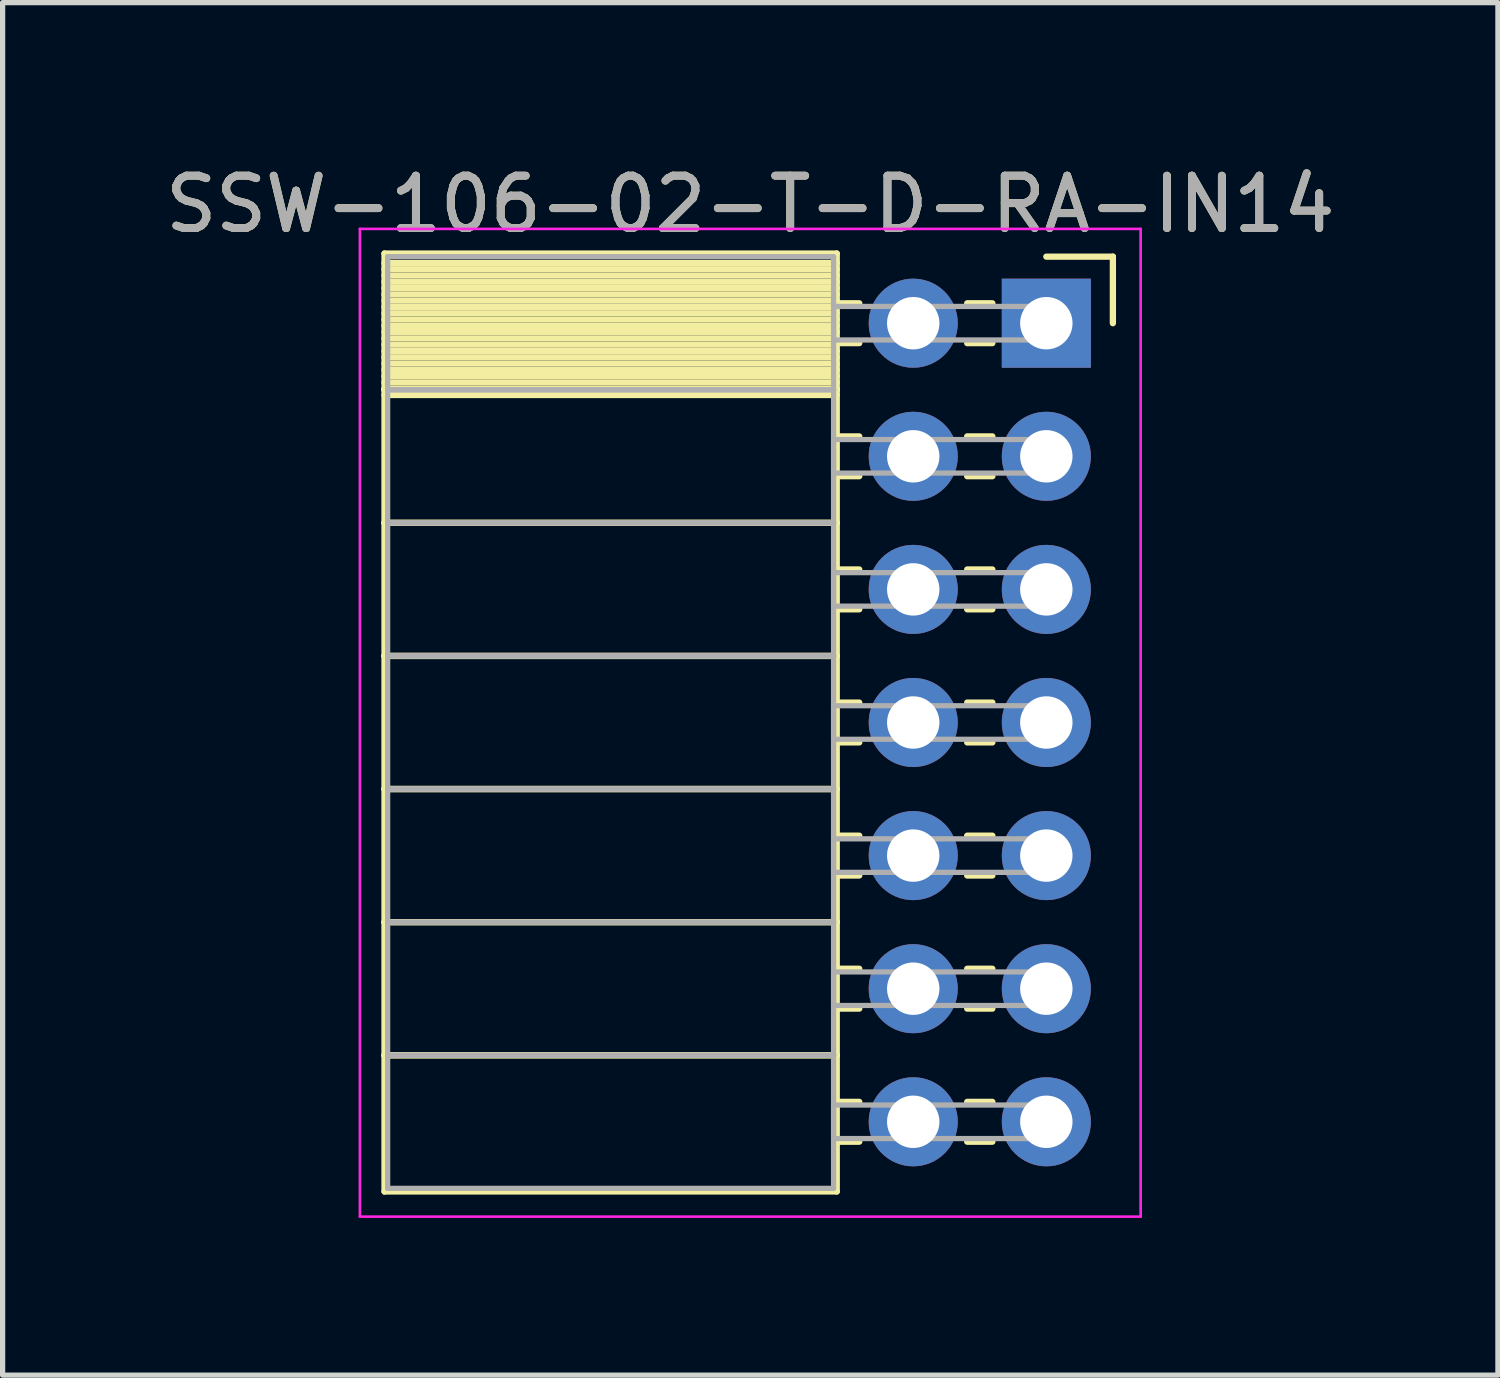
<source format=kicad_pcb>
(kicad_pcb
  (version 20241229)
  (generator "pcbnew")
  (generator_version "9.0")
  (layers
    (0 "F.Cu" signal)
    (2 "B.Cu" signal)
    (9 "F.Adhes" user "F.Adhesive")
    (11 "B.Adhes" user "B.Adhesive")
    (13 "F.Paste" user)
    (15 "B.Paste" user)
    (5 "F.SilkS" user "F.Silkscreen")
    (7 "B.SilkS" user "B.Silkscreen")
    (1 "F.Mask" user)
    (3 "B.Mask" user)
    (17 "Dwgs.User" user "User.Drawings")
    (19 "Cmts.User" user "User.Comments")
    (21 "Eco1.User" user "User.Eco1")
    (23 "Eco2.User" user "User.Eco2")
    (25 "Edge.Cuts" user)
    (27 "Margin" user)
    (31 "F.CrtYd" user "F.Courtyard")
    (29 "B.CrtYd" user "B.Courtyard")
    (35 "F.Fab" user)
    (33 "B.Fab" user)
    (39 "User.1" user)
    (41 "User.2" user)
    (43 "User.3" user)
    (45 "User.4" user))
  (footprint "SSW-106-02-T-D-RA-IN14"
    (layer "F.Cu")
    (at 16.918 3.118)
    (property "Reference" "SSW-106-02-T-D-RA-IN14" (at -5.65 -2.27 0) (layer "F.SilkS") (effects (font (size 1 1) (thickness 0.15))))
    (attr through_hole)
    (fp_line (start -12.63 -1.33) (end -4 -1.33) (stroke (width 0.12) (type solid)) (layer "F.SilkS"))
    (fp_line (start -12.63 1.27) (end -12.63 -1.33) (stroke (width 0.12) (type solid)) (layer "F.SilkS"))
    (fp_line (start -12.63 1.27) (end -4 1.27) (stroke (width 0.12) (type solid)) (layer "F.SilkS"))
    (fp_line (start -12.63 3.81) (end -12.63 1.27) (stroke (width 0.12) (type solid)) (layer "F.SilkS"))
    (fp_line (start -12.63 3.81) (end -4 3.81) (stroke (width 0.12) (type solid)) (layer "F.SilkS"))
    (fp_line (start -12.63 6.35) (end -12.63 3.81) (stroke (width 0.12) (type solid)) (layer "F.SilkS"))
    (fp_line (start -12.63 6.35) (end -4 6.35) (stroke (width 0.12) (type solid)) (layer "F.SilkS"))
    (fp_line (start -12.63 8.89) (end -12.63 6.35) (stroke (width 0.12) (type solid)) (layer "F.SilkS"))
    (fp_line (start -12.63 8.89) (end -4 8.89) (stroke (width 0.12) (type solid)) (layer "F.SilkS"))
    (fp_line (start -12.63 11.43) (end -12.63 8.89) (stroke (width 0.12) (type solid)) (layer "F.SilkS"))
    (fp_line (start -12.63 11.43) (end -4 11.43) (stroke (width 0.12) (type solid)) (layer "F.SilkS"))
    (fp_line (start -12.63 13.97) (end -12.63 11.43) (stroke (width 0.12) (type solid)) (layer "F.SilkS"))
    (fp_line (start -12.63 13.97) (end -4 13.97) (stroke (width 0.12) (type solid)) (layer "F.SilkS"))
    (fp_line (start -12.63 16.57) (end -12.63 13.97) (stroke (width 0.12) (type solid)) (layer "F.SilkS"))
    (fp_line (start -4 -1.33) (end -4 1.27) (stroke (width 0.12) (type solid)) (layer "F.SilkS"))
    (fp_line (start -4 -1.15) (end -12.63 -1.15) (stroke (width 0.12) (type solid)) (layer "F.SilkS"))
    (fp_line (start -4 -1.03) (end -12.63 -1.03) (stroke (width 0.12) (type solid)) (layer "F.SilkS"))
    (fp_line (start -4 -0.91) (end -12.63 -0.91) (stroke (width 0.12) (type solid)) (layer "F.SilkS"))
    (fp_line (start -4 -0.79) (end -12.63 -0.79) (stroke (width 0.12) (type solid)) (layer "F.SilkS"))
    (fp_line (start -4 -0.67) (end -12.63 -0.67) (stroke (width 0.12) (type solid)) (layer "F.SilkS"))
    (fp_line (start -4 -0.55) (end -12.63 -0.55) (stroke (width 0.12) (type solid)) (layer "F.SilkS"))
    (fp_line (start -4 -0.43) (end -12.63 -0.43) (stroke (width 0.12) (type solid)) (layer "F.SilkS"))
    (fp_line (start -4 -0.31) (end -12.63 -0.31) (stroke (width 0.12) (type solid)) (layer "F.SilkS"))
    (fp_line (start -4 -0.19) (end -12.63 -0.19) (stroke (width 0.12) (type solid)) (layer "F.SilkS"))
    (fp_line (start -4 -0.07) (end -12.63 -0.07) (stroke (width 0.12) (type solid)) (layer "F.SilkS"))
    (fp_line (start -4 0.05) (end -12.63 0.05) (stroke (width 0.12) (type solid)) (layer "F.SilkS"))
    (fp_line (start -4 0.17) (end -12.63 0.17) (stroke (width 0.12) (type solid)) (layer "F.SilkS"))
    (fp_line (start -4 0.29) (end -12.63 0.29) (stroke (width 0.12) (type solid)) (layer "F.SilkS"))
    (fp_line (start -4 0.41) (end -12.63 0.41) (stroke (width 0.12) (type solid)) (layer "F.SilkS"))
    (fp_line (start -4 0.53) (end -12.63 0.53) (stroke (width 0.12) (type solid)) (layer "F.SilkS"))
    (fp_line (start -4 0.65) (end -12.63 0.65) (stroke (width 0.12) (type solid)) (layer "F.SilkS"))
    (fp_line (start -4 0.77) (end -12.63 0.77) (stroke (width 0.12) (type solid)) (layer "F.SilkS"))
    (fp_line (start -4 0.89) (end -12.63 0.89) (stroke (width 0.12) (type solid)) (layer "F.SilkS"))
    (fp_line (start -4 1.01) (end -12.63 1.01) (stroke (width 0.12) (type solid)) (layer "F.SilkS"))
    (fp_line (start -4 1.13) (end -12.63 1.13) (stroke (width 0.12) (type solid)) (layer "F.SilkS"))
    (fp_line (start -4 1.25) (end -12.63 1.25) (stroke (width 0.12) (type solid)) (layer "F.SilkS"))
    (fp_line (start -4 1.27) (end -12.63 1.27) (stroke (width 0.12) (type solid)) (layer "F.SilkS"))
    (fp_line (start -4 1.27) (end -4 3.81) (stroke (width 0.12) (type solid)) (layer "F.SilkS"))
    (fp_line (start -4 1.37) (end -12.63 1.37) (stroke (width 0.12) (type solid)) (layer "F.SilkS"))
    (fp_line (start -4 3.81) (end -12.63 3.81) (stroke (width 0.12) (type solid)) (layer "F.SilkS"))
    (fp_line (start -4 3.81) (end -4 6.35) (stroke (width 0.12) (type solid)) (layer "F.SilkS"))
    (fp_line (start -4 6.35) (end -12.63 6.35) (stroke (width 0.12) (type solid)) (layer "F.SilkS"))
    (fp_line (start -4 6.35) (end -4 8.89) (stroke (width 0.12) (type solid)) (layer "F.SilkS"))
    (fp_line (start -4 8.89) (end -12.63 8.89) (stroke (width 0.12) (type solid)) (layer "F.SilkS"))
    (fp_line (start -4 8.89) (end -4 11.43) (stroke (width 0.12) (type solid)) (layer "F.SilkS"))
    (fp_line (start -4 11.43) (end -12.63 11.43) (stroke (width 0.12) (type solid)) (layer "F.SilkS"))
    (fp_line (start -4 11.43) (end -4 13.97) (stroke (width 0.12) (type solid)) (layer "F.SilkS"))
    (fp_line (start -4 13.97) (end -12.63 13.97) (stroke (width 0.12) (type solid)) (layer "F.SilkS"))
    (fp_line (start -4 13.97) (end -4 16.57) (stroke (width 0.12) (type solid)) (layer "F.SilkS"))
    (fp_line (start -4 16.57) (end -12.63 16.57) (stroke (width 0.12) (type solid)) (layer "F.SilkS"))
    (fp_line (start -3.57 -0.38) (end -4 -0.38) (stroke (width 0.12) (type solid)) (layer "F.SilkS"))
    (fp_line (start -3.57 0.38) (end -4 0.38) (stroke (width 0.12) (type solid)) (layer "F.SilkS"))
    (fp_line (start -3.57 2.16) (end -4 2.16) (stroke (width 0.12) (type solid)) (layer "F.SilkS"))
    (fp_line (start -3.57 2.92) (end -4 2.92) (stroke (width 0.12) (type solid)) (layer "F.SilkS"))
    (fp_line (start -3.57 4.7) (end -4 4.7) (stroke (width 0.12) (type solid)) (layer "F.SilkS"))
    (fp_line (start -3.57 5.46) (end -4 5.46) (stroke (width 0.12) (type solid)) (layer "F.SilkS"))
    (fp_line (start -3.57 7.24) (end -4 7.24) (stroke (width 0.12) (type solid)) (layer "F.SilkS"))
    (fp_line (start -3.57 8) (end -4 8) (stroke (width 0.12) (type solid)) (layer "F.SilkS"))
    (fp_line (start -3.57 9.78) (end -4 9.78) (stroke (width 0.12) (type solid)) (layer "F.SilkS"))
    (fp_line (start -3.57 10.54) (end -4 10.54) (stroke (width 0.12) (type solid)) (layer "F.SilkS"))
    (fp_line (start -3.57 12.32) (end -4 12.32) (stroke (width 0.12) (type solid)) (layer "F.SilkS"))
    (fp_line (start -3.57 13.08) (end -4 13.08) (stroke (width 0.12) (type solid)) (layer "F.SilkS"))
    (fp_line (start -3.57 14.86) (end -4 14.86) (stroke (width 0.12) (type solid)) (layer "F.SilkS"))
    (fp_line (start -3.57 15.62) (end -4 15.62) (stroke (width 0.12) (type solid)) (layer "F.SilkS"))
    (fp_line (start -1.03 -0.38) (end -1.51 -0.38) (stroke (width 0.12) (type solid)) (layer "F.SilkS"))
    (fp_line (start -1.03 0.38) (end -1.51 0.38) (stroke (width 0.12) (type solid)) (layer "F.SilkS"))
    (fp_line (start -1.03 2.16) (end -1.51 2.16) (stroke (width 0.12) (type solid)) (layer "F.SilkS"))
    (fp_line (start -1.03 2.92) (end -1.51 2.92) (stroke (width 0.12) (type solid)) (layer "F.SilkS"))
    (fp_line (start -1.03 4.7) (end -1.51 4.7) (stroke (width 0.12) (type solid)) (layer "F.SilkS"))
    (fp_line (start -1.03 5.46) (end -1.51 5.46) (stroke (width 0.12) (type solid)) (layer "F.SilkS"))
    (fp_line (start -1.03 7.24) (end -1.51 7.24) (stroke (width 0.12) (type solid)) (layer "F.SilkS"))
    (fp_line (start -1.03 8) (end -1.51 8) (stroke (width 0.12) (type solid)) (layer "F.SilkS"))
    (fp_line (start -1.03 9.78) (end -1.51 9.78) (stroke (width 0.12) (type solid)) (layer "F.SilkS"))
    (fp_line (start -1.03 10.54) (end -1.51 10.54) (stroke (width 0.12) (type solid)) (layer "F.SilkS"))
    (fp_line (start -1.03 12.32) (end -1.51 12.32) (stroke (width 0.12) (type solid)) (layer "F.SilkS"))
    (fp_line (start -1.03 13.08) (end -1.51 13.08) (stroke (width 0.12) (type solid)) (layer "F.SilkS"))
    (fp_line (start -1.03 14.86) (end -1.51 14.86) (stroke (width 0.12) (type solid)) (layer "F.SilkS"))
    (fp_line (start -1.03 15.62) (end -1.51 15.62) (stroke (width 0.12) (type solid)) (layer "F.SilkS"))
    (fp_line (start 0 -1.27) (end 1.27 -1.27) (stroke (width 0.12) (type solid)) (layer "F.SilkS"))
    (fp_line (start 1.27 -1.27) (end 1.27 0) (stroke (width 0.12) (type solid)) (layer "F.SilkS"))
    (fp_line (start -13.1 -1.8) (end 1.8 -1.8) (stroke (width 0.05) (type solid)) (layer "F.CrtYd"))
    (fp_line (start -13.1 17.05) (end -13.1 -1.8) (stroke (width 0.05) (type solid)) (layer "F.CrtYd"))
    (fp_line (start 1.8 -1.8) (end 1.8 17.05) (stroke (width 0.05) (type solid)) (layer "F.CrtYd"))
    (fp_line (start 1.8 17.05) (end -13.1 17.05) (stroke (width 0.05) (type solid)) (layer "F.CrtYd"))
    (fp_line (start -12.57 -1.27) (end -4.06 -1.27) (stroke (width 0.1) (type solid)) (layer "F.Fab"))
    (fp_line (start -12.57 1.27) (end -12.57 -1.27) (stroke (width 0.1) (type solid)) (layer "F.Fab"))
    (fp_line (start -12.57 1.27) (end -4.06 1.27) (stroke (width 0.1) (type solid)) (layer "F.Fab"))
    (fp_line (start -12.57 3.81) (end -12.57 1.27) (stroke (width 0.1) (type solid)) (layer "F.Fab"))
    (fp_line (start -12.57 3.81) (end -4.06 3.81) (stroke (width 0.1) (type solid)) (layer "F.Fab"))
    (fp_line (start -12.57 6.35) (end -12.57 3.81) (stroke (width 0.1) (type solid)) (layer "F.Fab"))
    (fp_line (start -12.57 6.35) (end -4.06 6.35) (stroke (width 0.1) (type solid)) (layer "F.Fab"))
    (fp_line (start -12.57 8.89) (end -12.57 6.35) (stroke (width 0.1) (type solid)) (layer "F.Fab"))
    (fp_line (start -12.57 8.89) (end -4.06 8.89) (stroke (width 0.1) (type solid)) (layer "F.Fab"))
    (fp_line (start -12.57 11.43) (end -12.57 8.89) (stroke (width 0.1) (type solid)) (layer "F.Fab"))
    (fp_line (start -12.57 11.43) (end -4.06 11.43) (stroke (width 0.1) (type solid)) (layer "F.Fab"))
    (fp_line (start -12.57 13.97) (end -12.57 11.43) (stroke (width 0.1) (type solid)) (layer "F.Fab"))
    (fp_line (start -12.57 13.97) (end -4.06 13.97) (stroke (width 0.1) (type solid)) (layer "F.Fab"))
    (fp_line (start -12.57 16.51) (end -12.57 13.97) (stroke (width 0.1) (type solid)) (layer "F.Fab"))
    (fp_line (start -4.06 -1.27) (end -4.06 1.27) (stroke (width 0.1) (type solid)) (layer "F.Fab"))
    (fp_line (start -4.06 -0.32) (end 0 -0.32) (stroke (width 0.1) (type solid)) (layer "F.Fab"))
    (fp_line (start -4.06 0.32) (end -4.06 -0.32) (stroke (width 0.1) (type solid)) (layer "F.Fab"))
    (fp_line (start -4.06 1.27) (end -12.57 1.27) (stroke (width 0.1) (type solid)) (layer "F.Fab"))
    (fp_line (start -4.06 1.27) (end -4.06 3.81) (stroke (width 0.1) (type solid)) (layer "F.Fab"))
    (fp_line (start -4.06 2.22) (end 0 2.22) (stroke (width 0.1) (type solid)) (layer "F.Fab"))
    (fp_line (start -4.06 2.86) (end -4.06 2.22) (stroke (width 0.1) (type solid)) (layer "F.Fab"))
    (fp_line (start -4.06 3.81) (end -12.57 3.81) (stroke (width 0.1) (type solid)) (layer "F.Fab"))
    (fp_line (start -4.06 3.81) (end -4.06 6.35) (stroke (width 0.1) (type solid)) (layer "F.Fab"))
    (fp_line (start -4.06 4.76) (end 0 4.76) (stroke (width 0.1) (type solid)) (layer "F.Fab"))
    (fp_line (start -4.06 5.4) (end -4.06 4.76) (stroke (width 0.1) (type solid)) (layer "F.Fab"))
    (fp_line (start -4.06 6.35) (end -12.57 6.35) (stroke (width 0.1) (type solid)) (layer "F.Fab"))
    (fp_line (start -4.06 6.35) (end -4.06 8.89) (stroke (width 0.1) (type solid)) (layer "F.Fab"))
    (fp_line (start -4.06 7.3) (end 0 7.3) (stroke (width 0.1) (type solid)) (layer "F.Fab"))
    (fp_line (start -4.06 7.94) (end -4.06 7.3) (stroke (width 0.1) (type solid)) (layer "F.Fab"))
    (fp_line (start -4.06 8.89) (end -12.57 8.89) (stroke (width 0.1) (type solid)) (layer "F.Fab"))
    (fp_line (start -4.06 8.89) (end -4.06 11.43) (stroke (width 0.1) (type solid)) (layer "F.Fab"))
    (fp_line (start -4.06 9.84) (end 0 9.84) (stroke (width 0.1) (type solid)) (layer "F.Fab"))
    (fp_line (start -4.06 10.48) (end -4.06 9.84) (stroke (width 0.1) (type solid)) (layer "F.Fab"))
    (fp_line (start -4.06 11.43) (end -12.57 11.43) (stroke (width 0.1) (type solid)) (layer "F.Fab"))
    (fp_line (start -4.06 11.43) (end -4.06 13.97) (stroke (width 0.1) (type solid)) (layer "F.Fab"))
    (fp_line (start -4.06 12.38) (end 0 12.38) (stroke (width 0.1) (type solid)) (layer "F.Fab"))
    (fp_line (start -4.06 13.02) (end -4.06 12.38) (stroke (width 0.1) (type solid)) (layer "F.Fab"))
    (fp_line (start -4.06 13.97) (end -12.57 13.97) (stroke (width 0.1) (type solid)) (layer "F.Fab"))
    (fp_line (start -4.06 13.97) (end -4.06 16.51) (stroke (width 0.1) (type solid)) (layer "F.Fab"))
    (fp_line (start -4.06 14.92) (end 0 14.92) (stroke (width 0.1) (type solid)) (layer "F.Fab"))
    (fp_line (start -4.06 15.56) (end -4.06 14.92) (stroke (width 0.1) (type solid)) (layer "F.Fab"))
    (fp_line (start -4.06 16.51) (end -12.57 16.51) (stroke (width 0.1) (type solid)) (layer "F.Fab"))
    (fp_line (start 0 -0.32) (end 0 0.32) (stroke (width 0.1) (type solid)) (layer "F.Fab"))
    (fp_line (start 0 0.32) (end -4.06 0.32) (stroke (width 0.1) (type solid)) (layer "F.Fab"))
    (fp_line (start 0 2.22) (end 0 2.86) (stroke (width 0.1) (type solid)) (layer "F.Fab"))
    (fp_line (start 0 2.86) (end -4.06 2.86) (stroke (width 0.1) (type solid)) (layer "F.Fab"))
    (fp_line (start 0 4.76) (end 0 5.4) (stroke (width 0.1) (type solid)) (layer "F.Fab"))
    (fp_line (start 0 5.4) (end -4.06 5.4) (stroke (width 0.1) (type solid)) (layer "F.Fab"))
    (fp_line (start 0 7.3) (end 0 7.94) (stroke (width 0.1) (type solid)) (layer "F.Fab"))
    (fp_line (start 0 7.94) (end -4.06 7.94) (stroke (width 0.1) (type solid)) (layer "F.Fab"))
    (fp_line (start 0 9.84) (end 0 10.48) (stroke (width 0.1) (type solid)) (layer "F.Fab"))
    (fp_line (start 0 10.48) (end -4.06 10.48) (stroke (width 0.1) (type solid)) (layer "F.Fab"))
    (fp_line (start 0 12.38) (end 0 13.02) (stroke (width 0.1) (type solid)) (layer "F.Fab"))
    (fp_line (start 0 13.02) (end -4.06 13.02) (stroke (width 0.1) (type solid)) (layer "F.Fab"))
    (fp_line (start 0 14.92) (end 0 15.56) (stroke (width 0.1) (type solid)) (layer "F.Fab"))
    (fp_line (start 0 15.56) (end -4.06 15.56) (stroke (width 0.1) (type solid)) (layer "F.Fab"))
    (fp_text user "${REFERENCE}" (at -5.65 -2.27 0) (layer "F.Fab") (effects (font (size 1 1) (thickness 0.15))))
    (pad "1" thru_hole rect (at 0 0) (size 1.7 1.7) (drill 1) (layers "*.Cu" "*.Mask"))
    (pad "2" thru_hole oval (at -2.54 0) (size 1.7 1.7) (drill 1) (layers "*.Cu" "*.Mask"))
    (pad "3" thru_hole oval (at 0 2.54) (size 1.7 1.7) (drill 1) (layers "*.Cu" "*.Mask"))
    (pad "4" thru_hole oval (at -2.54 2.54) (size 1.7 1.7) (drill 1) (layers "*.Cu" "*.Mask"))
    (pad "5" thru_hole oval (at 0 5.08) (size 1.7 1.7) (drill 1) (layers "*.Cu" "*.Mask"))
    (pad "6" thru_hole oval (at -2.54 5.08) (size 1.7 1.7) (drill 1) (layers "*.Cu" "*.Mask"))
    (pad "7" thru_hole oval (at 0 7.62) (size 1.7 1.7) (drill 1) (layers "*.Cu" "*.Mask"))
    (pad "8" thru_hole oval (at -2.54 7.62) (size 1.7 1.7) (drill 1) (layers "*.Cu" "*.Mask"))
    (pad "9" thru_hole oval (at 0 10.16) (size 1.7 1.7) (drill 1) (layers "*.Cu" "*.Mask"))
    (pad "10" thru_hole oval (at -2.54 10.16) (size 1.7 1.7) (drill 1) (layers "*.Cu" "*.Mask"))
    (pad "11" thru_hole oval (at 0 12.7) (size 1.7 1.7) (drill 1) (layers "*.Cu" "*.Mask"))
    (pad "12" thru_hole oval (at -2.54 12.7) (size 1.7 1.7) (drill 1) (layers "*.Cu" "*.Mask"))
    (pad "13" thru_hole oval (at 0 15.24) (size 1.7 1.7) (drill 1) (layers "*.Cu" "*.Mask"))
    (pad "14" thru_hole oval (at -2.54 15.24) (size 1.7 1.7) (drill 1) (layers "*.Cu" "*.Mask")))
  (gr_rect
    (start -3 -3)
    (end 25.536 23.193)
    (stroke (width 0.1) (type default))
    (fill no)
    (layer "Edge.Cuts")))
</source>
